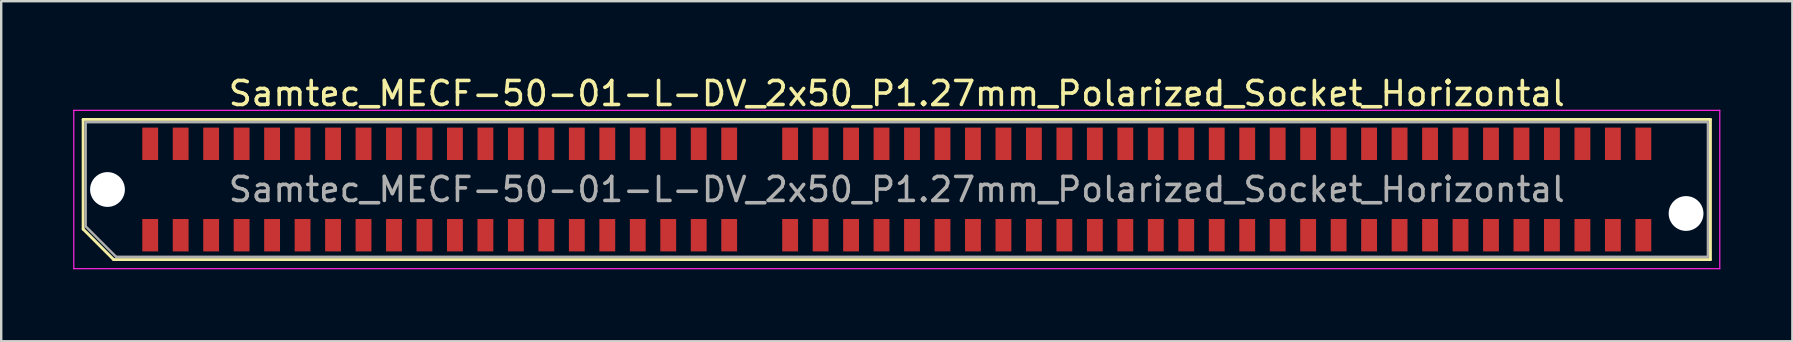
<source format=kicad_pcb>
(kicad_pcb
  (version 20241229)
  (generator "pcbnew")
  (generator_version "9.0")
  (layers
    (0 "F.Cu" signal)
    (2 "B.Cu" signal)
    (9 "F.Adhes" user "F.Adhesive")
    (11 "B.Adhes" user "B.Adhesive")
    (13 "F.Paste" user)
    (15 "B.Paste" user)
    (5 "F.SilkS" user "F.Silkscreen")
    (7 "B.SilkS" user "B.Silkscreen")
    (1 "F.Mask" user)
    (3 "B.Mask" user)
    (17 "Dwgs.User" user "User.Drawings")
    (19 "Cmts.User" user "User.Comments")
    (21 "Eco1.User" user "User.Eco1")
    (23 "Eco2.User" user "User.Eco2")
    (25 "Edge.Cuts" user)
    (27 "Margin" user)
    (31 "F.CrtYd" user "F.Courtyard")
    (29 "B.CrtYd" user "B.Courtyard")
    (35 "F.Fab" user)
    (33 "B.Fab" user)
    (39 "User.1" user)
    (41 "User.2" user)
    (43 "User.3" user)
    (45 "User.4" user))
  (footprint "Samtec_MECF-50-01-L-DV_2x50_P1.27mm_Polarized_Socket_Horizontal"
    (layer "F.Cu")
    (at 34.325 4.848)
    (property "Reference" "Samtec_MECF-50-01-L-DV_2x50_P1.27mm_Polarized_Socket_Horizontal" (at 0 -4 0) (layer "F.SilkS") (effects (font (size 1 1) (thickness 0.15))))
    (attr smd)
    (fp_line (start -33.91 -2.92) (end 33.91 -2.92) (stroke (width 0.12) (type solid)) (layer "F.SilkS"))
    (fp_line (start -33.91 1.65) (end -33.91 -2.92) (stroke (width 0.12) (type solid)) (layer "F.SilkS"))
    (fp_line (start -32.64 2.92) (end -33.91 1.65) (stroke (width 0.12) (type solid)) (layer "F.SilkS"))
    (fp_line (start -32.64 2.92) (end 33.91 2.92) (stroke (width 0.12) (type solid)) (layer "F.SilkS"))
    (fp_line (start 33.91 2.92) (end 33.91 -2.92) (stroke (width 0.12) (type solid)) (layer "F.SilkS"))
    (fp_line (start -34.3 -3.3) (end -34.3 3.3) (stroke (width 0.05) (type solid)) (layer "F.CrtYd"))
    (fp_line (start -34.3 3.3) (end 34.3 3.3) (stroke (width 0.05) (type solid)) (layer "F.CrtYd"))
    (fp_line (start 34.3 -3.3) (end -34.3 -3.3) (stroke (width 0.05) (type solid)) (layer "F.CrtYd"))
    (fp_line (start 34.3 3.3) (end 34.3 -3.3) (stroke (width 0.05) (type solid)) (layer "F.CrtYd"))
    (fp_line (start -33.805 -2.805) (end 33.805 -2.805) (stroke (width 0.1) (type solid)) (layer "F.Fab"))
    (fp_line (start -33.805 1.535) (end -33.805 -2.805) (stroke (width 0.1) (type solid)) (layer "F.Fab"))
    (fp_line (start -33.805 1.535) (end -32.535 2.805) (stroke (width 0.1) (type solid)) (layer "F.Fab"))
    (fp_line (start -32.535 2.805) (end 33.805 2.805) (stroke (width 0.1) (type solid)) (layer "F.Fab"))
    (fp_line (start 33.805 2.805) (end 33.805 -2.805) (stroke (width 0.1) (type solid)) (layer "F.Fab"))
    (fp_text user "${REFERENCE}" (at 0 0 0) (layer "F.Fab") (effects (font (size 1 1) (thickness 0.15))))
    (pad "" np_thru_hole circle (at -32.895 0) (size 1.45 1.45) (drill 1.45) (layers "*.Cu" "*.Mask"))
    (pad "" np_thru_hole circle (at 32.895 1) (size 1.45 1.45) (drill 1.45) (layers "*.Cu" "*.Mask"))
    (pad "1" smd rect (at -31.115 1.905) (size 0.66 1.35) (layers "F.Cu" "F.Mask" "F.Paste"))
    (pad "2" smd rect (at -31.115 -1.905) (size 0.66 1.35) (layers "F.Cu" "F.Mask" "F.Paste"))
    (pad "3" smd rect (at -29.845 1.905) (size 0.66 1.35) (layers "F.Cu" "F.Mask" "F.Paste"))
    (pad "4" smd rect (at -29.845 -1.905) (size 0.66 1.35) (layers "F.Cu" "F.Mask" "F.Paste"))
    (pad "5" smd rect (at -28.575 1.905) (size 0.66 1.35) (layers "F.Cu" "F.Mask" "F.Paste"))
    (pad "6" smd rect (at -28.575 -1.905) (size 0.66 1.35) (layers "F.Cu" "F.Mask" "F.Paste"))
    (pad "7" smd rect (at -27.305 1.905) (size 0.66 1.35) (layers "F.Cu" "F.Mask" "F.Paste"))
    (pad "8" smd rect (at -27.305 -1.905) (size 0.66 1.35) (layers "F.Cu" "F.Mask" "F.Paste"))
    (pad "9" smd rect (at -26.035 1.905) (size 0.66 1.35) (layers "F.Cu" "F.Mask" "F.Paste"))
    (pad "10" smd rect (at -26.035 -1.905) (size 0.66 1.35) (layers "F.Cu" "F.Mask" "F.Paste"))
    (pad "11" smd rect (at -24.765 1.905) (size 0.66 1.35) (layers "F.Cu" "F.Mask" "F.Paste"))
    (pad "12" smd rect (at -24.765 -1.905) (size 0.66 1.35) (layers "F.Cu" "F.Mask" "F.Paste"))
    (pad "13" smd rect (at -23.495 1.905) (size 0.66 1.35) (layers "F.Cu" "F.Mask" "F.Paste"))
    (pad "14" smd rect (at -23.495 -1.905) (size 0.66 1.35) (layers "F.Cu" "F.Mask" "F.Paste"))
    (pad "15" smd rect (at -22.225 1.905) (size 0.66 1.35) (layers "F.Cu" "F.Mask" "F.Paste"))
    (pad "16" smd rect (at -22.225 -1.905) (size 0.66 1.35) (layers "F.Cu" "F.Mask" "F.Paste"))
    (pad "17" smd rect (at -20.955 1.905) (size 0.66 1.35) (layers "F.Cu" "F.Mask" "F.Paste"))
    (pad "18" smd rect (at -20.955 -1.905) (size 0.66 1.35) (layers "F.Cu" "F.Mask" "F.Paste"))
    (pad "19" smd rect (at -19.685 1.905) (size 0.66 1.35) (layers "F.Cu" "F.Mask" "F.Paste"))
    (pad "20" smd rect (at -19.685 -1.905) (size 0.66 1.35) (layers "F.Cu" "F.Mask" "F.Paste"))
    (pad "21" smd rect (at -18.415 1.905) (size 0.66 1.35) (layers "F.Cu" "F.Mask" "F.Paste"))
    (pad "22" smd rect (at -18.415 -1.905) (size 0.66 1.35) (layers "F.Cu" "F.Mask" "F.Paste"))
    (pad "23" smd rect (at -17.145 1.905) (size 0.66 1.35) (layers "F.Cu" "F.Mask" "F.Paste"))
    (pad "24" smd rect (at -17.145 -1.905) (size 0.66 1.35) (layers "F.Cu" "F.Mask" "F.Paste"))
    (pad "25" smd rect (at -15.875 1.905) (size 0.66 1.35) (layers "F.Cu" "F.Mask" "F.Paste"))
    (pad "26" smd rect (at -15.875 -1.905) (size 0.66 1.35) (layers "F.Cu" "F.Mask" "F.Paste"))
    (pad "27" smd rect (at -14.605 1.905) (size 0.66 1.35) (layers "F.Cu" "F.Mask" "F.Paste"))
    (pad "28" smd rect (at -14.605 -1.905) (size 0.66 1.35) (layers "F.Cu" "F.Mask" "F.Paste"))
    (pad "29" smd rect (at -13.335 1.905) (size 0.66 1.35) (layers "F.Cu" "F.Mask" "F.Paste"))
    (pad "30" smd rect (at -13.335 -1.905) (size 0.66 1.35) (layers "F.Cu" "F.Mask" "F.Paste"))
    (pad "31" smd rect (at -12.065 1.905) (size 0.66 1.35) (layers "F.Cu" "F.Mask" "F.Paste"))
    (pad "32" smd rect (at -12.065 -1.905) (size 0.66 1.35) (layers "F.Cu" "F.Mask" "F.Paste"))
    (pad "33" smd rect (at -10.795 1.905) (size 0.66 1.35) (layers "F.Cu" "F.Mask" "F.Paste"))
    (pad "34" smd rect (at -10.795 -1.905) (size 0.66 1.35) (layers "F.Cu" "F.Mask" "F.Paste"))
    (pad "35" smd rect (at -9.525 1.905) (size 0.66 1.35) (layers "F.Cu" "F.Mask" "F.Paste"))
    (pad "36" smd rect (at -9.525 -1.905) (size 0.66 1.35) (layers "F.Cu" "F.Mask" "F.Paste"))
    (pad "37" smd rect (at -8.255 1.905) (size 0.66 1.35) (layers "F.Cu" "F.Mask" "F.Paste"))
    (pad "38" smd rect (at -8.255 -1.905) (size 0.66 1.35) (layers "F.Cu" "F.Mask" "F.Paste"))
    (pad "39" smd rect (at -6.985 1.905) (size 0.66 1.35) (layers "F.Cu" "F.Mask" "F.Paste"))
    (pad "40" smd rect (at -6.985 -1.905) (size 0.66 1.35) (layers "F.Cu" "F.Mask" "F.Paste"))
    (pad "43" smd rect (at -4.445 1.905) (size 0.66 1.35) (layers "F.Cu" "F.Mask" "F.Paste"))
    (pad "44" smd rect (at -4.445 -1.905) (size 0.66 1.35) (layers "F.Cu" "F.Mask" "F.Paste"))
    (pad "45" smd rect (at -3.175 1.905) (size 0.66 1.35) (layers "F.Cu" "F.Mask" "F.Paste"))
    (pad "46" smd rect (at -3.175 -1.905) (size 0.66 1.35) (layers "F.Cu" "F.Mask" "F.Paste"))
    (pad "47" smd rect (at -1.905 1.905) (size 0.66 1.35) (layers "F.Cu" "F.Mask" "F.Paste"))
    (pad "48" smd rect (at -1.905 -1.905) (size 0.66 1.35) (layers "F.Cu" "F.Mask" "F.Paste"))
    (pad "49" smd rect (at -0.635 1.905) (size 0.66 1.35) (layers "F.Cu" "F.Mask" "F.Paste"))
    (pad "50" smd rect (at -0.635 -1.905) (size 0.66 1.35) (layers "F.Cu" "F.Mask" "F.Paste"))
    (pad "51" smd rect (at 0.635 1.905) (size 0.66 1.35) (layers "F.Cu" "F.Mask" "F.Paste"))
    (pad "52" smd rect (at 0.635 -1.905) (size 0.66 1.35) (layers "F.Cu" "F.Mask" "F.Paste"))
    (pad "53" smd rect (at 1.905 1.905) (size 0.66 1.35) (layers "F.Cu" "F.Mask" "F.Paste"))
    (pad "54" smd rect (at 1.905 -1.905) (size 0.66 1.35) (layers "F.Cu" "F.Mask" "F.Paste"))
    (pad "55" smd rect (at 3.175 1.905) (size 0.66 1.35) (layers "F.Cu" "F.Mask" "F.Paste"))
    (pad "56" smd rect (at 3.175 -1.905) (size 0.66 1.35) (layers "F.Cu" "F.Mask" "F.Paste"))
    (pad "57" smd rect (at 4.445 1.905) (size 0.66 1.35) (layers "F.Cu" "F.Mask" "F.Paste"))
    (pad "58" smd rect (at 4.445 -1.905) (size 0.66 1.35) (layers "F.Cu" "F.Mask" "F.Paste"))
    (pad "59" smd rect (at 5.715 1.905) (size 0.66 1.35) (layers "F.Cu" "F.Mask" "F.Paste"))
    (pad "60" smd rect (at 5.715 -1.905) (size 0.66 1.35) (layers "F.Cu" "F.Mask" "F.Paste"))
    (pad "61" smd rect (at 6.985 1.905) (size 0.66 1.35) (layers "F.Cu" "F.Mask" "F.Paste"))
    (pad "62" smd rect (at 6.985 -1.905) (size 0.66 1.35) (layers "F.Cu" "F.Mask" "F.Paste"))
    (pad "63" smd rect (at 8.255 1.905) (size 0.66 1.35) (layers "F.Cu" "F.Mask" "F.Paste"))
    (pad "64" smd rect (at 8.255 -1.905) (size 0.66 1.35) (layers "F.Cu" "F.Mask" "F.Paste"))
    (pad "65" smd rect (at 9.525 1.905) (size 0.66 1.35) (layers "F.Cu" "F.Mask" "F.Paste"))
    (pad "66" smd rect (at 9.525 -1.905) (size 0.66 1.35) (layers "F.Cu" "F.Mask" "F.Paste"))
    (pad "67" smd rect (at 10.795 1.905) (size 0.66 1.35) (layers "F.Cu" "F.Mask" "F.Paste"))
    (pad "68" smd rect (at 10.795 -1.905) (size 0.66 1.35) (layers "F.Cu" "F.Mask" "F.Paste"))
    (pad "69" smd rect (at 12.065 1.905) (size 0.66 1.35) (layers "F.Cu" "F.Mask" "F.Paste"))
    (pad "70" smd rect (at 12.065 -1.905) (size 0.66 1.35) (layers "F.Cu" "F.Mask" "F.Paste"))
    (pad "71" smd rect (at 13.335 1.905) (size 0.66 1.35) (layers "F.Cu" "F.Mask" "F.Paste"))
    (pad "72" smd rect (at 13.335 -1.905) (size 0.66 1.35) (layers "F.Cu" "F.Mask" "F.Paste"))
    (pad "73" smd rect (at 14.605 1.905) (size 0.66 1.35) (layers "F.Cu" "F.Mask" "F.Paste"))
    (pad "74" smd rect (at 14.605 -1.905) (size 0.66 1.35) (layers "F.Cu" "F.Mask" "F.Paste"))
    (pad "75" smd rect (at 15.875 1.905) (size 0.66 1.35) (layers "F.Cu" "F.Mask" "F.Paste"))
    (pad "76" smd rect (at 15.875 -1.905) (size 0.66 1.35) (layers "F.Cu" "F.Mask" "F.Paste"))
    (pad "77" smd rect (at 17.145 1.905) (size 0.66 1.35) (layers "F.Cu" "F.Mask" "F.Paste"))
    (pad "78" smd rect (at 17.145 -1.905) (size 0.66 1.35) (layers "F.Cu" "F.Mask" "F.Paste"))
    (pad "79" smd rect (at 18.415 1.905) (size 0.66 1.35) (layers "F.Cu" "F.Mask" "F.Paste"))
    (pad "80" smd rect (at 18.415 -1.905) (size 0.66 1.35) (layers "F.Cu" "F.Mask" "F.Paste"))
    (pad "81" smd rect (at 19.685 1.905) (size 0.66 1.35) (layers "F.Cu" "F.Mask" "F.Paste"))
    (pad "82" smd rect (at 19.685 -1.905) (size 0.66 1.35) (layers "F.Cu" "F.Mask" "F.Paste"))
    (pad "83" smd rect (at 20.955 1.905) (size 0.66 1.35) (layers "F.Cu" "F.Mask" "F.Paste"))
    (pad "84" smd rect (at 20.955 -1.905) (size 0.66 1.35) (layers "F.Cu" "F.Mask" "F.Paste"))
    (pad "85" smd rect (at 22.225 1.905) (size 0.66 1.35) (layers "F.Cu" "F.Mask" "F.Paste"))
    (pad "86" smd rect (at 22.225 -1.905) (size 0.66 1.35) (layers "F.Cu" "F.Mask" "F.Paste"))
    (pad "87" smd rect (at 23.495 1.905) (size 0.66 1.35) (layers "F.Cu" "F.Mask" "F.Paste"))
    (pad "88" smd rect (at 23.495 -1.905) (size 0.66 1.35) (layers "F.Cu" "F.Mask" "F.Paste"))
    (pad "89" smd rect (at 24.765 1.905) (size 0.66 1.35) (layers "F.Cu" "F.Mask" "F.Paste"))
    (pad "90" smd rect (at 24.765 -1.905) (size 0.66 1.35) (layers "F.Cu" "F.Mask" "F.Paste"))
    (pad "91" smd rect (at 26.035 1.905) (size 0.66 1.35) (layers "F.Cu" "F.Mask" "F.Paste"))
    (pad "92" smd rect (at 26.035 -1.905) (size 0.66 1.35) (layers "F.Cu" "F.Mask" "F.Paste"))
    (pad "93" smd rect (at 27.305 1.905) (size 0.66 1.35) (layers "F.Cu" "F.Mask" "F.Paste"))
    (pad "94" smd rect (at 27.305 -1.905) (size 0.66 1.35) (layers "F.Cu" "F.Mask" "F.Paste"))
    (pad "95" smd rect (at 28.575 1.905) (size 0.66 1.35) (layers "F.Cu" "F.Mask" "F.Paste"))
    (pad "96" smd rect (at 28.575 -1.905) (size 0.66 1.35) (layers "F.Cu" "F.Mask" "F.Paste"))
    (pad "97" smd rect (at 29.845 1.905) (size 0.66 1.35) (layers "F.Cu" "F.Mask" "F.Paste"))
    (pad "98" smd rect (at 29.845 -1.905) (size 0.66 1.35) (layers "F.Cu" "F.Mask" "F.Paste"))
    (pad "99" smd rect (at 31.115 1.905) (size 0.66 1.35) (layers "F.Cu" "F.Mask" "F.Paste"))
    (pad "100" smd rect (at 31.115 -1.905) (size 0.66 1.35) (layers "F.Cu" "F.Mask" "F.Paste")))
  (gr_rect
    (start -3 -3)
    (end 71.65 11.173)
    (stroke (width 0.1) (type default))
    (fill no)
    (layer "Edge.Cuts")))
</source>
